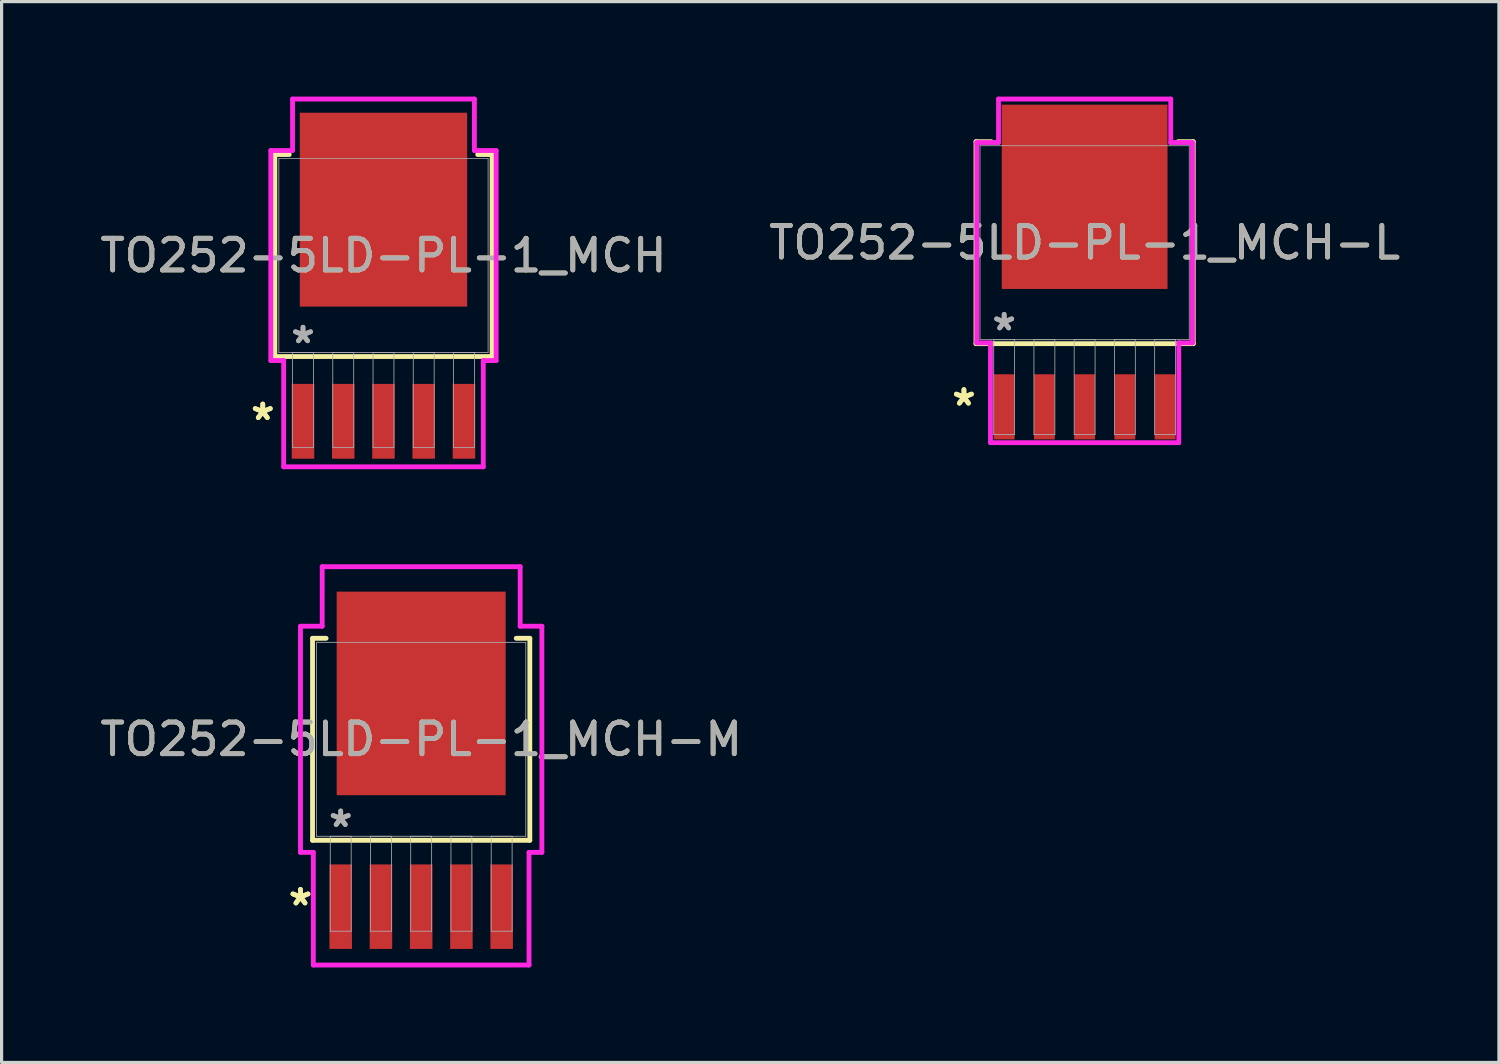
<source format=kicad_pcb>
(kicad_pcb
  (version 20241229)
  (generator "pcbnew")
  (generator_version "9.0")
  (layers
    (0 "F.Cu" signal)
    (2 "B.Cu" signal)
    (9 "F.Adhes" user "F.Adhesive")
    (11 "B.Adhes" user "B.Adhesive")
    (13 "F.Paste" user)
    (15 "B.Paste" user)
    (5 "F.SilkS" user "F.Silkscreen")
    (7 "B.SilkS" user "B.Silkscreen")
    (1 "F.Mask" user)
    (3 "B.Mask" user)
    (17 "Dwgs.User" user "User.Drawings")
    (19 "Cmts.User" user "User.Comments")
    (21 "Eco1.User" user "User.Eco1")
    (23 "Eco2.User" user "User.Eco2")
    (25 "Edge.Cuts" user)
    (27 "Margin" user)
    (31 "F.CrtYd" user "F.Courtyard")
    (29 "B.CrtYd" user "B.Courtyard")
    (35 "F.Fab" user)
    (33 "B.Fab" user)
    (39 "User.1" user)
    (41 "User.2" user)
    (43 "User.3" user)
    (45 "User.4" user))
  (footprint "TO252-5LD-PL-1_MCH-L"
    (layer "F.Cu")
    (at 31.185 4.61)
    (property "Reference" "TO252-5LD-PL-1_MCH-L" (at 0 0 0) (unlocked yes) (layer "F.SilkS") (effects (font (size 1 1) (thickness 0.15))))
    (attr smd)
    (fp_line (start -3.429 -3.188) (end -3.429 3.188) (stroke (width 0.152) (type solid)) (layer "F.SilkS"))
    (fp_line (start -3.429 3.188) (end 3.429 3.188) (stroke (width 0.152) (type solid)) (layer "F.SilkS"))
    (fp_line (start -2.949 -3.188) (end -3.429 -3.188) (stroke (width 0.152) (type solid)) (layer "F.SilkS"))
    (fp_line (start 3.429 -3.188) (end 2.949 -3.188) (stroke (width 0.152) (type solid)) (layer "F.SilkS"))
    (fp_line (start 3.429 3.188) (end 3.429 -3.188) (stroke (width 0.152) (type solid)) (layer "F.SilkS"))
    (fp_line (start -3.404 -3.162) (end -2.718 -3.162) (stroke (width 0.152) (type solid)) (layer "F.CrtYd"))
    (fp_line (start -3.404 3.162) (end -3.404 -3.162) (stroke (width 0.152) (type solid)) (layer "F.CrtYd"))
    (fp_line (start -2.972 3.162) (end -3.404 3.162) (stroke (width 0.152) (type solid)) (layer "F.CrtYd"))
    (fp_line (start -2.972 6.312) (end -2.972 3.162) (stroke (width 0.152) (type solid)) (layer "F.CrtYd"))
    (fp_line (start -2.718 -4.534) (end 2.718 -4.534) (stroke (width 0.152) (type solid)) (layer "F.CrtYd"))
    (fp_line (start -2.718 -3.162) (end -2.718 -4.534) (stroke (width 0.152) (type solid)) (layer "F.CrtYd"))
    (fp_line (start 2.718 -4.534) (end 2.718 -3.162) (stroke (width 0.152) (type solid)) (layer "F.CrtYd"))
    (fp_line (start 2.718 -3.162) (end 3.404 -3.162) (stroke (width 0.152) (type solid)) (layer "F.CrtYd"))
    (fp_line (start 2.972 3.162) (end 2.972 6.312) (stroke (width 0.152) (type solid)) (layer "F.CrtYd"))
    (fp_line (start 2.972 6.312) (end -2.972 6.312) (stroke (width 0.152) (type solid)) (layer "F.CrtYd"))
    (fp_line (start 3.404 -3.162) (end 3.404 3.162) (stroke (width 0.152) (type solid)) (layer "F.CrtYd"))
    (fp_line (start 3.404 3.162) (end 2.972 3.162) (stroke (width 0.152) (type solid)) (layer "F.CrtYd"))
    (fp_line (start -3.302 -3.061) (end -3.302 3.061) (stroke (width 0.025) (type solid)) (layer "F.Fab"))
    (fp_line (start -3.302 3.061) (end 3.302 3.061) (stroke (width 0.025) (type solid)) (layer "F.Fab"))
    (fp_line (start -2.87 3.061) (end -2.87 6.058) (stroke (width 0.025) (type solid)) (layer "F.Fab"))
    (fp_line (start -2.87 6.058) (end -2.21 6.058) (stroke (width 0.025) (type solid)) (layer "F.Fab"))
    (fp_line (start -2.21 3.061) (end -2.87 3.061) (stroke (width 0.025) (type solid)) (layer "F.Fab"))
    (fp_line (start -2.21 6.058) (end -2.21 3.061) (stroke (width 0.025) (type solid)) (layer "F.Fab"))
    (fp_line (start -1.6 3.061) (end -1.6 6.058) (stroke (width 0.025) (type solid)) (layer "F.Fab"))
    (fp_line (start -1.6 6.058) (end -0.94 6.058) (stroke (width 0.025) (type solid)) (layer "F.Fab"))
    (fp_line (start -0.94 3.061) (end -1.6 3.061) (stroke (width 0.025) (type solid)) (layer "F.Fab"))
    (fp_line (start -0.94 6.058) (end -0.94 3.061) (stroke (width 0.025) (type solid)) (layer "F.Fab"))
    (fp_line (start -0.33 3.061) (end -0.33 6.058) (stroke (width 0.025) (type solid)) (layer "F.Fab"))
    (fp_line (start -0.33 6.058) (end 0.33 6.058) (stroke (width 0.025) (type solid)) (layer "F.Fab"))
    (fp_line (start 0.33 3.061) (end -0.33 3.061) (stroke (width 0.025) (type solid)) (layer "F.Fab"))
    (fp_line (start 0.33 6.058) (end 0.33 3.061) (stroke (width 0.025) (type solid)) (layer "F.Fab"))
    (fp_line (start 0.94 3.061) (end 0.94 6.058) (stroke (width 0.025) (type solid)) (layer "F.Fab"))
    (fp_line (start 0.94 6.058) (end 1.6 6.058) (stroke (width 0.025) (type solid)) (layer "F.Fab"))
    (fp_line (start 1.6 3.061) (end 0.94 3.061) (stroke (width 0.025) (type solid)) (layer "F.Fab"))
    (fp_line (start 1.6 6.058) (end 1.6 3.061) (stroke (width 0.025) (type solid)) (layer "F.Fab"))
    (fp_line (start 2.21 3.061) (end 2.21 6.058) (stroke (width 0.025) (type solid)) (layer "F.Fab"))
    (fp_line (start 2.21 6.058) (end 2.87 6.058) (stroke (width 0.025) (type solid)) (layer "F.Fab"))
    (fp_line (start 2.87 3.061) (end 2.21 3.061) (stroke (width 0.025) (type solid)) (layer "F.Fab"))
    (fp_line (start 2.87 6.058) (end 2.87 3.061) (stroke (width 0.025) (type solid)) (layer "F.Fab"))
    (fp_line (start 3.302 -3.061) (end -3.302 -3.061) (stroke (width 0.025) (type solid)) (layer "F.Fab"))
    (fp_line (start 3.302 3.061) (end 3.302 -3.061) (stroke (width 0.025) (type solid)) (layer "F.Fab"))
    (fp_text user "*" (at -3.81 5.182 0) (layer "F.SilkS") (effects (font (size 1 1) (thickness 0.15))))
    (fp_text user "*" (at -3.81 5.182 0) (unlocked yes) (layer "F.SilkS") (effects (font (size 1 1) (thickness 0.15))))
    (fp_text user "*" (at -2.54 2.807 0) (layer "F.Fab") (effects (font (size 1 1) (thickness 0.15))))
    (fp_text user "${REFERENCE}" (at 0 0 0) (unlocked yes) (layer "F.Fab") (effects (font (size 1 1) (thickness 0.15))))
    (fp_text user "*" (at -2.54 2.807 0) (unlocked yes) (layer "F.Fab") (effects (font (size 1 1) (thickness 0.15))))
    (pad "1" smd rect (at -2.54 5.182) (size 0.66 2.057) (layers "F.Cu" "F.Mask" "F.Paste"))
    (pad "2" smd rect (at -1.27 5.182) (size 0.66 2.057) (layers "F.Cu" "F.Mask" "F.Paste"))
    (pad "3" smd rect (at 0 5.182) (size 0.66 2.057) (layers "F.Cu" "F.Mask" "F.Paste"))
    (pad "4" smd rect (at 1.27 5.182) (size 0.66 2.057) (layers "F.Cu" "F.Mask" "F.Paste"))
    (pad "5" smd rect (at 2.54 5.182) (size 0.66 2.057) (layers "F.Cu" "F.Mask" "F.Paste"))
    (pad "6" smd rect (at 0 -1.448) (size 5.232 5.817) (layers "F.Cu" "F.Mask" "F.Paste")))
  (footprint "TO252-5LD-PL-1_MCH-M"
    (layer "F.Cu")
    (at 10.244 20.285)
    (property "Reference" "TO252-5LD-PL-1_MCH-M" (at 0 0 0) (unlocked yes) (layer "F.SilkS") (effects (font (size 1 1) (thickness 0.15))))
    (attr smd)
    (fp_line (start -3.429 -3.188) (end -3.429 3.188) (stroke (width 0.152) (type solid)) (layer "F.SilkS"))
    (fp_line (start -3.429 3.188) (end 3.429 3.188) (stroke (width 0.152) (type solid)) (layer "F.SilkS"))
    (fp_line (start -3 -3.188) (end -3.429 -3.188) (stroke (width 0.152) (type solid)) (layer "F.SilkS"))
    (fp_line (start 3.429 -3.188) (end 3 -3.188) (stroke (width 0.152) (type solid)) (layer "F.SilkS"))
    (fp_line (start 3.429 3.188) (end 3.429 -3.188) (stroke (width 0.152) (type solid)) (layer "F.SilkS"))
    (fp_line (start -3.81 -3.569) (end -3.124 -3.569) (stroke (width 0.152) (type solid)) (layer "F.CrtYd"))
    (fp_line (start -3.81 3.569) (end -3.81 -3.569) (stroke (width 0.152) (type solid)) (layer "F.CrtYd"))
    (fp_line (start -3.404 3.569) (end -3.81 3.569) (stroke (width 0.152) (type solid)) (layer "F.CrtYd"))
    (fp_line (start -3.404 7.125) (end -3.404 3.569) (stroke (width 0.152) (type solid)) (layer "F.CrtYd"))
    (fp_line (start -3.124 -5.448) (end 3.124 -5.448) (stroke (width 0.152) (type solid)) (layer "F.CrtYd"))
    (fp_line (start -3.124 -3.569) (end -3.124 -5.448) (stroke (width 0.152) (type solid)) (layer "F.CrtYd"))
    (fp_line (start 3.124 -5.448) (end 3.124 -3.569) (stroke (width 0.152) (type solid)) (layer "F.CrtYd"))
    (fp_line (start 3.124 -3.569) (end 3.81 -3.569) (stroke (width 0.152) (type solid)) (layer "F.CrtYd"))
    (fp_line (start 3.404 3.569) (end 3.404 7.125) (stroke (width 0.152) (type solid)) (layer "F.CrtYd"))
    (fp_line (start 3.404 7.125) (end -3.404 7.125) (stroke (width 0.152) (type solid)) (layer "F.CrtYd"))
    (fp_line (start 3.81 -3.569) (end 3.81 3.569) (stroke (width 0.152) (type solid)) (layer "F.CrtYd"))
    (fp_line (start 3.81 3.569) (end 3.404 3.569) (stroke (width 0.152) (type solid)) (layer "F.CrtYd"))
    (fp_line (start -3.302 -3.061) (end -3.302 3.061) (stroke (width 0.025) (type solid)) (layer "F.Fab"))
    (fp_line (start -3.302 3.061) (end 3.302 3.061) (stroke (width 0.025) (type solid)) (layer "F.Fab"))
    (fp_line (start -2.87 3.061) (end -2.87 6.058) (stroke (width 0.025) (type solid)) (layer "F.Fab"))
    (fp_line (start -2.87 6.058) (end -2.21 6.058) (stroke (width 0.025) (type solid)) (layer "F.Fab"))
    (fp_line (start -2.21 3.061) (end -2.87 3.061) (stroke (width 0.025) (type solid)) (layer "F.Fab"))
    (fp_line (start -2.21 6.058) (end -2.21 3.061) (stroke (width 0.025) (type solid)) (layer "F.Fab"))
    (fp_line (start -1.6 3.061) (end -1.6 6.058) (stroke (width 0.025) (type solid)) (layer "F.Fab"))
    (fp_line (start -1.6 6.058) (end -0.94 6.058) (stroke (width 0.025) (type solid)) (layer "F.Fab"))
    (fp_line (start -0.94 3.061) (end -1.6 3.061) (stroke (width 0.025) (type solid)) (layer "F.Fab"))
    (fp_line (start -0.94 6.058) (end -0.94 3.061) (stroke (width 0.025) (type solid)) (layer "F.Fab"))
    (fp_line (start -0.33 3.061) (end -0.33 6.058) (stroke (width 0.025) (type solid)) (layer "F.Fab"))
    (fp_line (start -0.33 6.058) (end 0.33 6.058) (stroke (width 0.025) (type solid)) (layer "F.Fab"))
    (fp_line (start 0.33 3.061) (end -0.33 3.061) (stroke (width 0.025) (type solid)) (layer "F.Fab"))
    (fp_line (start 0.33 6.058) (end 0.33 3.061) (stroke (width 0.025) (type solid)) (layer "F.Fab"))
    (fp_line (start 0.94 3.061) (end 0.94 6.058) (stroke (width 0.025) (type solid)) (layer "F.Fab"))
    (fp_line (start 0.94 6.058) (end 1.6 6.058) (stroke (width 0.025) (type solid)) (layer "F.Fab"))
    (fp_line (start 1.6 3.061) (end 0.94 3.061) (stroke (width 0.025) (type solid)) (layer "F.Fab"))
    (fp_line (start 1.6 6.058) (end 1.6 3.061) (stroke (width 0.025) (type solid)) (layer "F.Fab"))
    (fp_line (start 2.21 3.061) (end 2.21 6.058) (stroke (width 0.025) (type solid)) (layer "F.Fab"))
    (fp_line (start 2.21 6.058) (end 2.87 6.058) (stroke (width 0.025) (type solid)) (layer "F.Fab"))
    (fp_line (start 2.87 3.061) (end 2.21 3.061) (stroke (width 0.025) (type solid)) (layer "F.Fab"))
    (fp_line (start 2.87 6.058) (end 2.87 3.061) (stroke (width 0.025) (type solid)) (layer "F.Fab"))
    (fp_line (start 3.302 -3.061) (end -3.302 -3.061) (stroke (width 0.025) (type solid)) (layer "F.Fab"))
    (fp_line (start 3.302 3.061) (end 3.302 -3.061) (stroke (width 0.025) (type solid)) (layer "F.Fab"))
    (fp_text user "*" (at -3.81 5.283 0) (unlocked yes) (layer "F.SilkS") (effects (font (size 1 1) (thickness 0.15))))
    (fp_text user "*" (at -3.81 5.283 0) (layer "F.SilkS") (effects (font (size 1 1) (thickness 0.15))))
    (fp_text user "*" (at -2.54 2.807 0) (unlocked yes) (layer "F.Fab") (effects (font (size 1 1) (thickness 0.15))))
    (fp_text user "${REFERENCE}" (at 0 0 0) (unlocked yes) (layer "F.Fab") (effects (font (size 1 1) (thickness 0.15))))
    (fp_text user "*" (at -2.54 2.807 0) (layer "F.Fab") (effects (font (size 1 1) (thickness 0.15))))
    (pad "1" smd rect (at -2.54 5.283) (size 0.711 2.667) (layers "F.Cu" "F.Mask" "F.Paste"))
    (pad "2" smd rect (at -1.27 5.283) (size 0.711 2.667) (layers "F.Cu" "F.Mask" "F.Paste"))
    (pad "3" smd rect (at 0 5.283) (size 0.711 2.667) (layers "F.Cu" "F.Mask" "F.Paste"))
    (pad "4" smd rect (at 1.27 5.283) (size 0.711 2.667) (layers "F.Cu" "F.Mask" "F.Paste"))
    (pad "5" smd rect (at 2.54 5.283) (size 0.711 2.667) (layers "F.Cu" "F.Mask" "F.Paste"))
    (pad "6" smd rect (at 0 -1.448) (size 5.334 6.426) (layers "F.Cu" "F.Mask" "F.Paste")))
  (footprint "TO252-5LD-PL-1_MCH"
    (layer "F.Cu")
    (at 9.054 5.016)
    (property "Reference" "TO252-5LD-PL-1_MCH" (at 0 0 0) (unlocked yes) (layer "F.SilkS") (effects (font (size 1 1) (thickness 0.15))))
    (attr smd)
    (fp_line (start -3.429 -3.188) (end -3.429 3.188) (stroke (width 0.152) (type solid)) (layer "F.SilkS"))
    (fp_line (start -3.429 3.188) (end 3.429 3.188) (stroke (width 0.152) (type solid)) (layer "F.SilkS"))
    (fp_line (start -2.974 -3.188) (end -3.429 -3.188) (stroke (width 0.152) (type solid)) (layer "F.SilkS"))
    (fp_line (start 3.429 -3.188) (end 2.974 -3.188) (stroke (width 0.152) (type solid)) (layer "F.SilkS"))
    (fp_line (start 3.429 3.188) (end 3.429 -3.188) (stroke (width 0.152) (type solid)) (layer "F.SilkS"))
    (fp_line (start -3.556 -3.315) (end -2.87 -3.315) (stroke (width 0.152) (type solid)) (layer "F.CrtYd"))
    (fp_line (start -3.556 3.315) (end -3.556 -3.315) (stroke (width 0.152) (type solid)) (layer "F.CrtYd"))
    (fp_line (start -3.15 3.315) (end -3.556 3.315) (stroke (width 0.152) (type solid)) (layer "F.CrtYd"))
    (fp_line (start -3.15 6.668) (end -3.15 3.315) (stroke (width 0.152) (type solid)) (layer "F.CrtYd"))
    (fp_line (start -2.87 -4.94) (end 2.87 -4.94) (stroke (width 0.152) (type solid)) (layer "F.CrtYd"))
    (fp_line (start -2.87 -3.315) (end -2.87 -4.94) (stroke (width 0.152) (type solid)) (layer "F.CrtYd"))
    (fp_line (start 2.87 -4.94) (end 2.87 -3.315) (stroke (width 0.152) (type solid)) (layer "F.CrtYd"))
    (fp_line (start 2.87 -3.315) (end 3.556 -3.315) (stroke (width 0.152) (type solid)) (layer "F.CrtYd"))
    (fp_line (start 3.15 3.315) (end 3.15 6.668) (stroke (width 0.152) (type solid)) (layer "F.CrtYd"))
    (fp_line (start 3.15 6.668) (end -3.15 6.668) (stroke (width 0.152) (type solid)) (layer "F.CrtYd"))
    (fp_line (start 3.556 -3.315) (end 3.556 3.315) (stroke (width 0.152) (type solid)) (layer "F.CrtYd"))
    (fp_line (start 3.556 3.315) (end 3.15 3.315) (stroke (width 0.152) (type solid)) (layer "F.CrtYd"))
    (fp_line (start -3.302 -3.061) (end -3.302 3.061) (stroke (width 0.025) (type solid)) (layer "F.Fab"))
    (fp_line (start -3.302 3.061) (end 3.302 3.061) (stroke (width 0.025) (type solid)) (layer "F.Fab"))
    (fp_line (start -2.87 3.061) (end -2.87 6.058) (stroke (width 0.025) (type solid)) (layer "F.Fab"))
    (fp_line (start -2.87 6.058) (end -2.21 6.058) (stroke (width 0.025) (type solid)) (layer "F.Fab"))
    (fp_line (start -2.21 3.061) (end -2.87 3.061) (stroke (width 0.025) (type solid)) (layer "F.Fab"))
    (fp_line (start -2.21 6.058) (end -2.21 3.061) (stroke (width 0.025) (type solid)) (layer "F.Fab"))
    (fp_line (start -1.6 3.061) (end -1.6 6.058) (stroke (width 0.025) (type solid)) (layer "F.Fab"))
    (fp_line (start -1.6 6.058) (end -0.94 6.058) (stroke (width 0.025) (type solid)) (layer "F.Fab"))
    (fp_line (start -0.94 3.061) (end -1.6 3.061) (stroke (width 0.025) (type solid)) (layer "F.Fab"))
    (fp_line (start -0.94 6.058) (end -0.94 3.061) (stroke (width 0.025) (type solid)) (layer "F.Fab"))
    (fp_line (start -0.33 3.061) (end -0.33 6.058) (stroke (width 0.025) (type solid)) (layer "F.Fab"))
    (fp_line (start -0.33 6.058) (end 0.33 6.058) (stroke (width 0.025) (type solid)) (layer "F.Fab"))
    (fp_line (start 0.33 3.061) (end -0.33 3.061) (stroke (width 0.025) (type solid)) (layer "F.Fab"))
    (fp_line (start 0.33 6.058) (end 0.33 3.061) (stroke (width 0.025) (type solid)) (layer "F.Fab"))
    (fp_line (start 0.94 3.061) (end 0.94 6.058) (stroke (width 0.025) (type solid)) (layer "F.Fab"))
    (fp_line (start 0.94 6.058) (end 1.6 6.058) (stroke (width 0.025) (type solid)) (layer "F.Fab"))
    (fp_line (start 1.6 3.061) (end 0.94 3.061) (stroke (width 0.025) (type solid)) (layer "F.Fab"))
    (fp_line (start 1.6 6.058) (end 1.6 3.061) (stroke (width 0.025) (type solid)) (layer "F.Fab"))
    (fp_line (start 2.21 3.061) (end 2.21 6.058) (stroke (width 0.025) (type solid)) (layer "F.Fab"))
    (fp_line (start 2.21 6.058) (end 2.87 6.058) (stroke (width 0.025) (type solid)) (layer "F.Fab"))
    (fp_line (start 2.87 3.061) (end 2.21 3.061) (stroke (width 0.025) (type solid)) (layer "F.Fab"))
    (fp_line (start 2.87 6.058) (end 2.87 3.061) (stroke (width 0.025) (type solid)) (layer "F.Fab"))
    (fp_line (start 3.302 -3.061) (end -3.302 -3.061) (stroke (width 0.025) (type solid)) (layer "F.Fab"))
    (fp_line (start 3.302 3.061) (end 3.302 -3.061) (stroke (width 0.025) (type solid)) (layer "F.Fab"))
    (fp_text user "*" (at -3.81 5.232 0) (layer "F.SilkS") (effects (font (size 1 1) (thickness 0.15))))
    (fp_text user "*" (at -3.81 5.232 0) (unlocked yes) (layer "F.SilkS") (effects (font (size 1 1) (thickness 0.15))))
    (fp_text user "*" (at -2.54 2.807 0) (layer "F.Fab") (effects (font (size 1 1) (thickness 0.15))))
    (fp_text user "*" (at -2.54 2.807 0) (unlocked yes) (layer "F.Fab") (effects (font (size 1 1) (thickness 0.15))))
    (fp_text user "${REFERENCE}" (at 0 0 0) (unlocked yes) (layer "F.Fab") (effects (font (size 1 1) (thickness 0.15))))
    (pad "1" smd rect (at -2.54 5.232) (size 0.711 2.362) (layers "F.Cu" "F.Mask" "F.Paste"))
    (pad "2" smd rect (at -1.27 5.232) (size 0.711 2.362) (layers "F.Cu" "F.Mask" "F.Paste"))
    (pad "3" smd rect (at 0 5.232) (size 0.711 2.362) (layers "F.Cu" "F.Mask" "F.Paste"))
    (pad "4" smd rect (at 1.27 5.232) (size 0.711 2.362) (layers "F.Cu" "F.Mask" "F.Paste"))
    (pad "5" smd rect (at 2.54 5.232) (size 0.711 2.362) (layers "F.Cu" "F.Mask" "F.Paste"))
    (pad "6" smd rect (at 0 -1.448) (size 5.283 6.121) (layers "F.Cu" "F.Mask" "F.Paste")))
  (gr_rect
    (start -3 -3)
    (end 44.262 30.486)
    (stroke (width 0.1) (type default))
    (fill no)
    (layer "Edge.Cuts")))
</source>
